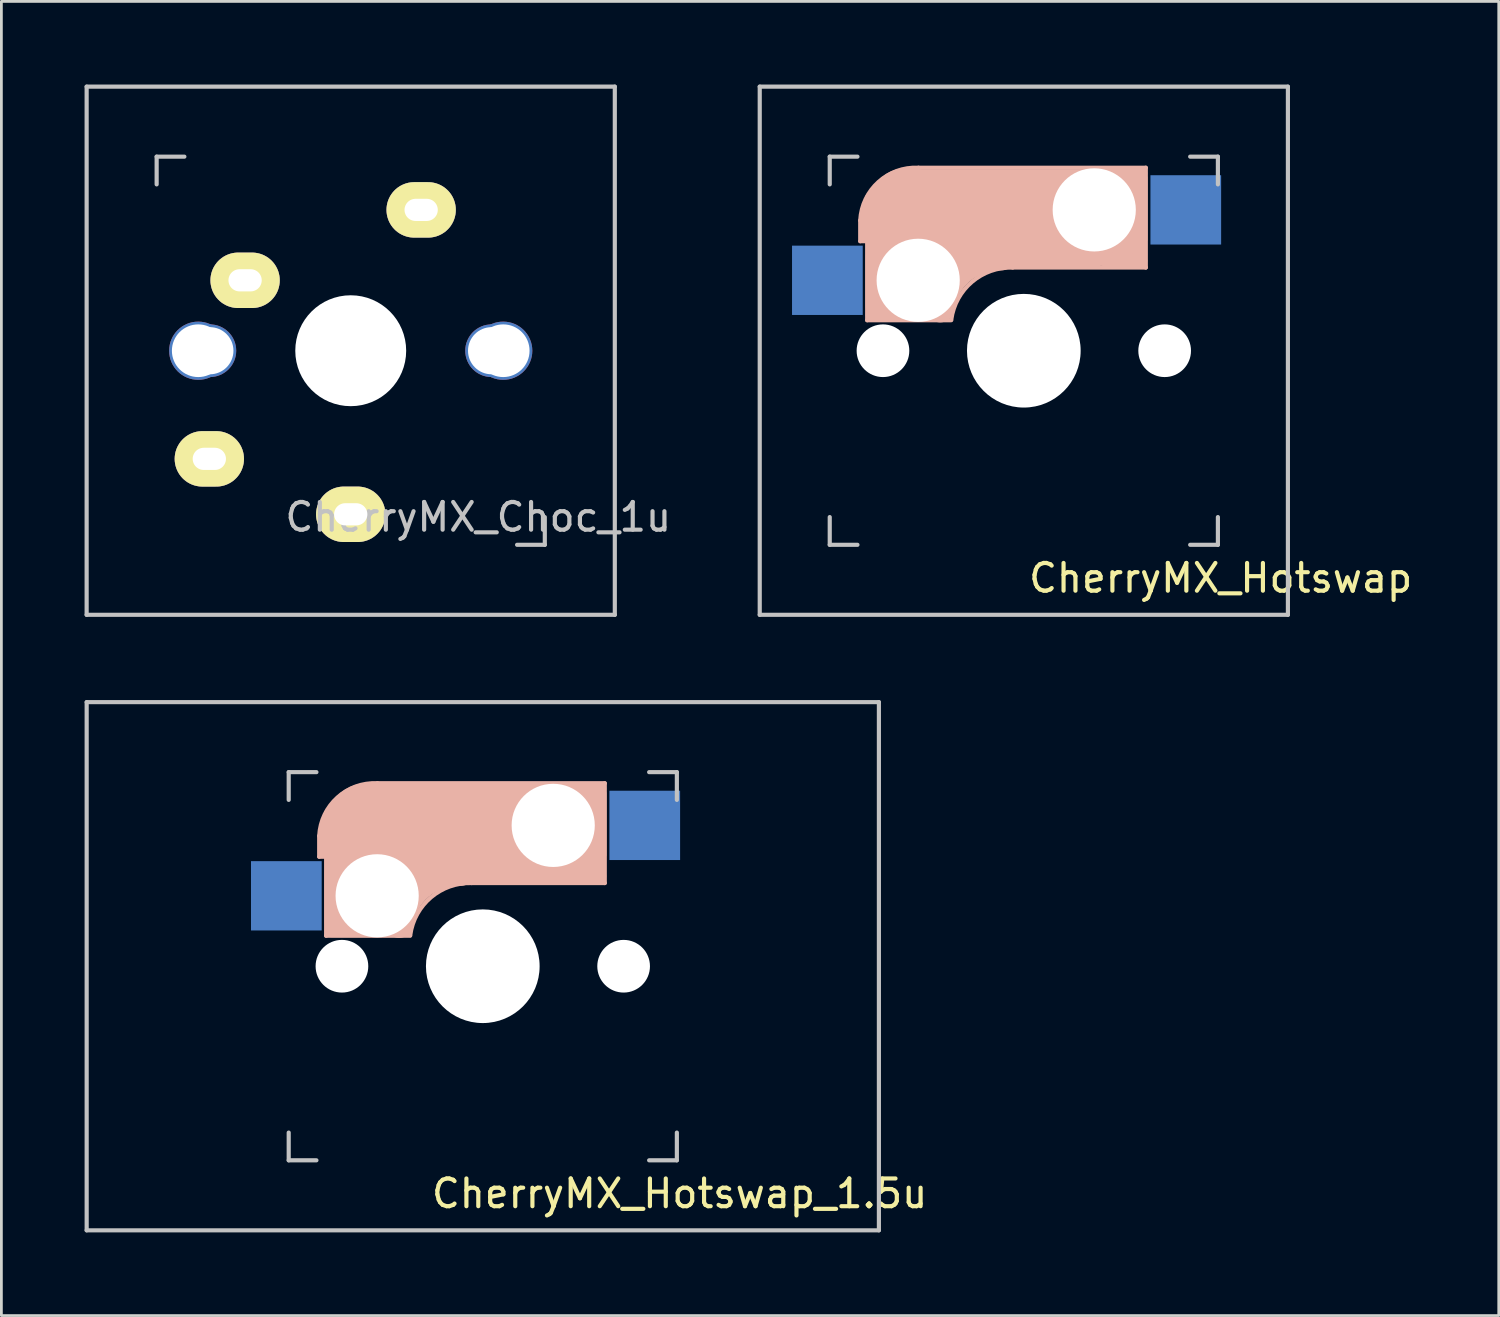
<source format=kicad_pcb>
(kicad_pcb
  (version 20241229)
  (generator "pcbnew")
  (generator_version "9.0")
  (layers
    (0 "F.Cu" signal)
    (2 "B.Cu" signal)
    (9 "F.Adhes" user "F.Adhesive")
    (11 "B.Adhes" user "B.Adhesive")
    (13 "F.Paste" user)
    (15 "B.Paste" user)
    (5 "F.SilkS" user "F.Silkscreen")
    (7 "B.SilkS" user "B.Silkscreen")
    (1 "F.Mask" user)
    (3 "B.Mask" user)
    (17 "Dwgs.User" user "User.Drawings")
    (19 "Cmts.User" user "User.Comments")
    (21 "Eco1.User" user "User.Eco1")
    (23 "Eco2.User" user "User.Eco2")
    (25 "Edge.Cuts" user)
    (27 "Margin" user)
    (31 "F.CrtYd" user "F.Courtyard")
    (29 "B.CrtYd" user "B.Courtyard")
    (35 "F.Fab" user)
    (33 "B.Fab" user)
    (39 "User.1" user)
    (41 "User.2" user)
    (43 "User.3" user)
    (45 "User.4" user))
  (footprint "CherryMX_Hotswap"
    (layer "F.Cu")
    (at 33.877 9.6)
    (property "Reference" "CherryMX_Hotswap" (at 7.1 8.2 0) (layer "F.SilkS") (effects (font (size 1 1) (thickness 0.15))))
    (attr through_hole)
    (fp_line (start -5.9 -4.7) (end -5.9 -3.95) (stroke (width 0.15) (type solid)) (layer "B.SilkS"))
    (fp_line (start -5.9 -3.95) (end -5.7 -3.95) (stroke (width 0.15) (type solid)) (layer "B.SilkS"))
    (fp_line (start -5.8 -4.05) (end -5.8 -4.7) (stroke (width 0.3) (type solid)) (layer "B.SilkS"))
    (fp_line (start -5.65 -5.55) (end -5.65 -1.1) (stroke (width 0.15) (type solid)) (layer "B.SilkS"))
    (fp_line (start -5.65 -1.1) (end -2.62 -1.1) (stroke (width 0.15) (type solid)) (layer "B.SilkS"))
    (fp_line (start -5.45 -1.3) (end -3 -1.3) (stroke (width 0.5) (type solid)) (layer "B.SilkS"))
    (fp_line (start -5.3 -1.6) (end -5.3 -3.4) (stroke (width 0.8) (type solid)) (layer "B.SilkS"))
    (fp_line (start -4.17 -5.1) (end -4.17 -2.86) (stroke (width 3) (type solid)) (layer "B.SilkS"))
    (fp_line (start -0.4 -3) (end 4.4 -3) (stroke (width 0.15) (type solid)) (layer "B.SilkS"))
    (fp_line (start 2.6 -4.8) (end -4.1 -4.8) (stroke (width 3.5) (type solid)) (layer "B.SilkS"))
    (fp_line (start 3.9 -6) (end 3.9 -3.5) (stroke (width 1) (type solid)) (layer "B.SilkS"))
    (fp_line (start 4.2 -3.25) (end 2.9 -3.3) (stroke (width 0.5) (type solid)) (layer "B.SilkS"))
    (fp_line (start 4.25 -6.4) (end 3 -6.4) (stroke (width 0.4) (type solid)) (layer "B.SilkS"))
    (fp_line (start 4.38 -4) (end 4.38 -6.25) (stroke (width 0.15) (type solid)) (layer "B.SilkS"))
    (fp_line (start 4.4 -6.6) (end -3.8 -6.6) (stroke (width 0.15) (type solid)) (layer "B.SilkS"))
    (fp_line (start 4.4 -3) (end 4.4 -6.6) (stroke (width 0.15) (type solid)) (layer "B.SilkS"))
    (fp_arc (start -5.9 -4.699999) (mid -5.243504 -6.084924) (end -3.800001 -6.6) (stroke (width 0.15) (type solid)) (layer "B.SilkS"))
    (fp_arc (start -3.016318 -1.521471) (mid -2.268709 -2.886118) (end -0.8 -3.4) (stroke (width 1) (type solid)) (layer "B.SilkS"))
    (fp_arc (start -2.616318 -1.121471) (mid -1.868709 -2.486118) (end -0.4 -3) (stroke (width 0.15) (type solid)) (layer "B.SilkS"))
    (fp_line (start -9.525 -9.525) (end 9.525 -9.525) (stroke (width 0.15) (type solid)) (layer "Dwgs.User"))
    (fp_line (start -9.525 9.525) (end -9.525 -9.525) (stroke (width 0.15) (type solid)) (layer "Dwgs.User"))
    (fp_line (start -7 -7) (end -6 -7) (stroke (width 0.15) (type solid)) (layer "Dwgs.User"))
    (fp_line (start -7 -6) (end -7 -7) (stroke (width 0.15) (type solid)) (layer "Dwgs.User"))
    (fp_line (start -7 6) (end -7 7) (stroke (width 0.15) (type solid)) (layer "Dwgs.User"))
    (fp_line (start -7 7) (end -6 7) (stroke (width 0.15) (type solid)) (layer "Dwgs.User"))
    (fp_line (start 6 7) (end 7 7) (stroke (width 0.15) (type solid)) (layer "Dwgs.User"))
    (fp_line (start 7 -7) (end 6 -7) (stroke (width 0.15) (type solid)) (layer "Dwgs.User"))
    (fp_line (start 7 -7) (end 7 -6) (stroke (width 0.15) (type solid)) (layer "Dwgs.User"))
    (fp_line (start 7 7) (end 7 6) (stroke (width 0.15) (type solid)) (layer "Dwgs.User"))
    (fp_line (start 9.525 -9.525) (end 9.525 9.525) (stroke (width 0.15) (type solid)) (layer "Dwgs.User"))
    (fp_line (start 9.525 9.525) (end -9.525 9.525) (stroke (width 0.15) (type solid)) (layer "Dwgs.User"))
    (pad "" np_thru_hole circle (at -5.08 0) (size 1.9 1.9) (drill 1.9) (layers "*.Cu" "*.Mask"))
    (pad "" np_thru_hole circle (at -3.81 -2.54) (size 3 3) (drill 3) (layers "*.Cu" "*.Mask"))
    (pad "" np_thru_hole circle (at 0 0 90) (size 4.1 4.1) (drill 4.1) (layers "*.Cu" "*.Mask"))
    (pad "" np_thru_hole circle (at 2.54 -5.08) (size 3 3) (drill 3) (layers "*.Cu" "*.Mask"))
    (pad "" np_thru_hole circle (at 5.08 0) (size 1.9 1.9) (drill 1.9) (layers "*.Cu" "*.Mask"))
    (pad "1" smd rect (at -7.085 -2.54 180) (size 2.55 2.5) (layers "B.Cu" "B.Mask" "B.Paste"))
    (pad "2" smd rect (at 5.842 -5.08 180) (size 2.55 2.5) (layers "B.Cu" "B.Mask" "B.Paste")))
  (footprint "CherryMX_Hotswap_1.5u"
    (layer "F.Cu")
    (at 14.363 31.8)
    (property "Reference" "CherryMX_Hotswap_1.5u" (at 7.1 8.2 0) (layer "F.SilkS") (effects (font (size 1 1) (thickness 0.15))))
    (attr through_hole)
    (fp_line (start -5.9 -4.7) (end -5.9 -3.95) (stroke (width 0.15) (type solid)) (layer "B.SilkS"))
    (fp_line (start -5.9 -3.95) (end -5.7 -3.95) (stroke (width 0.15) (type solid)) (layer "B.SilkS"))
    (fp_line (start -5.8 -4.05) (end -5.8 -4.7) (stroke (width 0.3) (type solid)) (layer "B.SilkS"))
    (fp_line (start -5.65 -5.55) (end -5.65 -1.1) (stroke (width 0.15) (type solid)) (layer "B.SilkS"))
    (fp_line (start -5.65 -1.1) (end -2.62 -1.1) (stroke (width 0.15) (type solid)) (layer "B.SilkS"))
    (fp_line (start -5.45 -1.3) (end -3 -1.3) (stroke (width 0.5) (type solid)) (layer "B.SilkS"))
    (fp_line (start -5.3 -1.6) (end -5.3 -3.4) (stroke (width 0.8) (type solid)) (layer "B.SilkS"))
    (fp_line (start -4.17 -5.1) (end -4.17 -2.86) (stroke (width 3) (type solid)) (layer "B.SilkS"))
    (fp_line (start -0.4 -3) (end 4.4 -3) (stroke (width 0.15) (type solid)) (layer "B.SilkS"))
    (fp_line (start 2.6 -4.8) (end -4.1 -4.8) (stroke (width 3.5) (type solid)) (layer "B.SilkS"))
    (fp_line (start 3.9 -6) (end 3.9 -3.5) (stroke (width 1) (type solid)) (layer "B.SilkS"))
    (fp_line (start 4.2 -3.25) (end 2.9 -3.3) (stroke (width 0.5) (type solid)) (layer "B.SilkS"))
    (fp_line (start 4.25 -6.4) (end 3 -6.4) (stroke (width 0.4) (type solid)) (layer "B.SilkS"))
    (fp_line (start 4.38 -4) (end 4.38 -6.25) (stroke (width 0.15) (type solid)) (layer "B.SilkS"))
    (fp_line (start 4.4 -6.6) (end -3.8 -6.6) (stroke (width 0.15) (type solid)) (layer "B.SilkS"))
    (fp_line (start 4.4 -3) (end 4.4 -6.6) (stroke (width 0.15) (type solid)) (layer "B.SilkS"))
    (fp_arc (start -5.9 -4.699999) (mid -5.243504 -6.084924) (end -3.800001 -6.6) (stroke (width 0.15) (type solid)) (layer "B.SilkS"))
    (fp_arc (start -3.016318 -1.521471) (mid -2.268709 -2.886118) (end -0.8 -3.4) (stroke (width 1) (type solid)) (layer "B.SilkS"))
    (fp_arc (start -2.616318 -1.121471) (mid -1.868709 -2.486118) (end -0.4 -3) (stroke (width 0.15) (type solid)) (layer "B.SilkS"))
    (fp_line (start -14.287 -9.525) (end 14.287 -9.525) (stroke (width 0.15) (type solid)) (layer "Dwgs.User"))
    (fp_line (start -14.287 9.525) (end -14.287 -9.525) (stroke (width 0.15) (type solid)) (layer "Dwgs.User"))
    (fp_line (start -7 -7) (end -6 -7) (stroke (width 0.15) (type solid)) (layer "Dwgs.User"))
    (fp_line (start -7 -6) (end -7 -7) (stroke (width 0.15) (type solid)) (layer "Dwgs.User"))
    (fp_line (start -7 6) (end -7 7) (stroke (width 0.15) (type solid)) (layer "Dwgs.User"))
    (fp_line (start -7 7) (end -6 7) (stroke (width 0.15) (type solid)) (layer "Dwgs.User"))
    (fp_line (start 6 7) (end 7 7) (stroke (width 0.15) (type solid)) (layer "Dwgs.User"))
    (fp_line (start 7 -7) (end 6 -7) (stroke (width 0.15) (type solid)) (layer "Dwgs.User"))
    (fp_line (start 7 -7) (end 7 -6) (stroke (width 0.15) (type solid)) (layer "Dwgs.User"))
    (fp_line (start 7 7) (end 7 6) (stroke (width 0.15) (type solid)) (layer "Dwgs.User"))
    (fp_line (start 14.287 -9.525) (end 14.287 9.525) (stroke (width 0.15) (type solid)) (layer "Dwgs.User"))
    (fp_line (start 14.287 9.525) (end -14.287 9.525) (stroke (width 0.15) (type solid)) (layer "Dwgs.User"))
    (pad "" np_thru_hole circle (at -5.08 0) (size 1.9 1.9) (drill 1.9) (layers "*.Cu" "*.Mask"))
    (pad "" np_thru_hole circle (at -3.81 -2.54) (size 3 3) (drill 3) (layers "*.Cu" "*.Mask"))
    (pad "" np_thru_hole circle (at 0 0 90) (size 4.1 4.1) (drill 4.1) (layers "*.Cu" "*.Mask"))
    (pad "" np_thru_hole circle (at 2.54 -5.08) (size 3 3) (drill 3) (layers "*.Cu" "*.Mask"))
    (pad "" np_thru_hole circle (at 5.08 0) (size 1.9 1.9) (drill 1.9) (layers "*.Cu" "*.Mask"))
    (pad "1" smd rect (at -7.085 -2.54 180) (size 2.55 2.5) (layers "B.Cu" "B.Mask" "B.Paste"))
    (pad "2" smd rect (at 5.842 -5.08 180) (size 2.55 2.5) (layers "B.Cu" "B.Mask" "B.Paste")))
  (footprint "CherryMX_Choc_1u"
    (layer "F.Cu")
    (at 9.6 9.6)
    (property "Reference" "CherryMX_Choc_1u" (at 4.6 6 180) (layer "Dwgs.User") (effects (font (size 1 1) (thickness 0.15))))
    (attr through_hole)
    (fp_line (start -9.525 -9.525) (end 9.525 -9.525) (stroke (width 0.15) (type solid)) (layer "Dwgs.User"))
    (fp_line (start -9.525 9.525) (end -9.525 -9.525) (stroke (width 0.15) (type solid)) (layer "Dwgs.User"))
    (fp_line (start -7 -7) (end -6 -7) (stroke (width 0.15) (type solid)) (layer "Dwgs.User"))
    (fp_line (start -7 -6) (end -7 -7) (stroke (width 0.15) (type solid)) (layer "Dwgs.User"))
    (fp_line (start 6 7) (end 7 7) (stroke (width 0.15) (type solid)) (layer "Dwgs.User"))
    (fp_line (start 7 7) (end 7 6) (stroke (width 0.15) (type solid)) (layer "Dwgs.User"))
    (fp_line (start 9.525 -9.525) (end 9.525 9.525) (stroke (width 0.15) (type solid)) (layer "Dwgs.User"))
    (fp_line (start 9.525 9.525) (end -9.525 9.525) (stroke (width 0.15) (type solid)) (layer "Dwgs.User"))
    (pad "" np_thru_hole circle (at -5.5 0 90) (size 2.1 2.1) (drill 1.9) (layers "*.Cu" "*.Mask"))
    (pad "" np_thru_hole circle (at -5.08 0) (size 1.9 1.9) (drill 1.7) (layers "*.Cu" "*.Mask"))
    (pad "" np_thru_hole circle (at 0 0 90) (size 4 4) (drill 4) (layers "*.Cu" "*.Mask"))
    (pad "" np_thru_hole circle (at 5.08 0) (size 1.9 1.9) (drill 1.7) (layers "*.Cu" "*.Mask"))
    (pad "" np_thru_hole circle (at 5.5 0 90) (size 2.1 2.1) (drill 1.9) (layers "*.Cu" "*.Mask"))
    (pad "1" thru_hole oval (at -5.1 3.9) (size 2.5 2) (drill oval 1.2 0.8) (layers "*.Cu" "B.Mask" "F.SilkS"))
    (pad "1" thru_hole oval (at -3.81 -2.54) (size 2.5 2) (drill oval 1.2 0.8) (layers "*.Cu" "B.Mask" "F.SilkS"))
    (pad "2" thru_hole oval (at 0 5.9) (size 2.5 2) (drill oval 1.2 0.8) (layers "*.Cu" "B.Mask" "F.SilkS"))
    (pad "2" thru_hole oval (at 2.54 -5.08) (size 2.5 2) (drill oval 1.2 0.8) (layers "*.Cu" "B.Mask" "F.SilkS")))
  (gr_rect
    (start -3 -3)
    (end 51.007 44.4)
    (stroke (width 0.1) (type default))
    (fill no)
    (layer "Edge.Cuts")))
</source>
